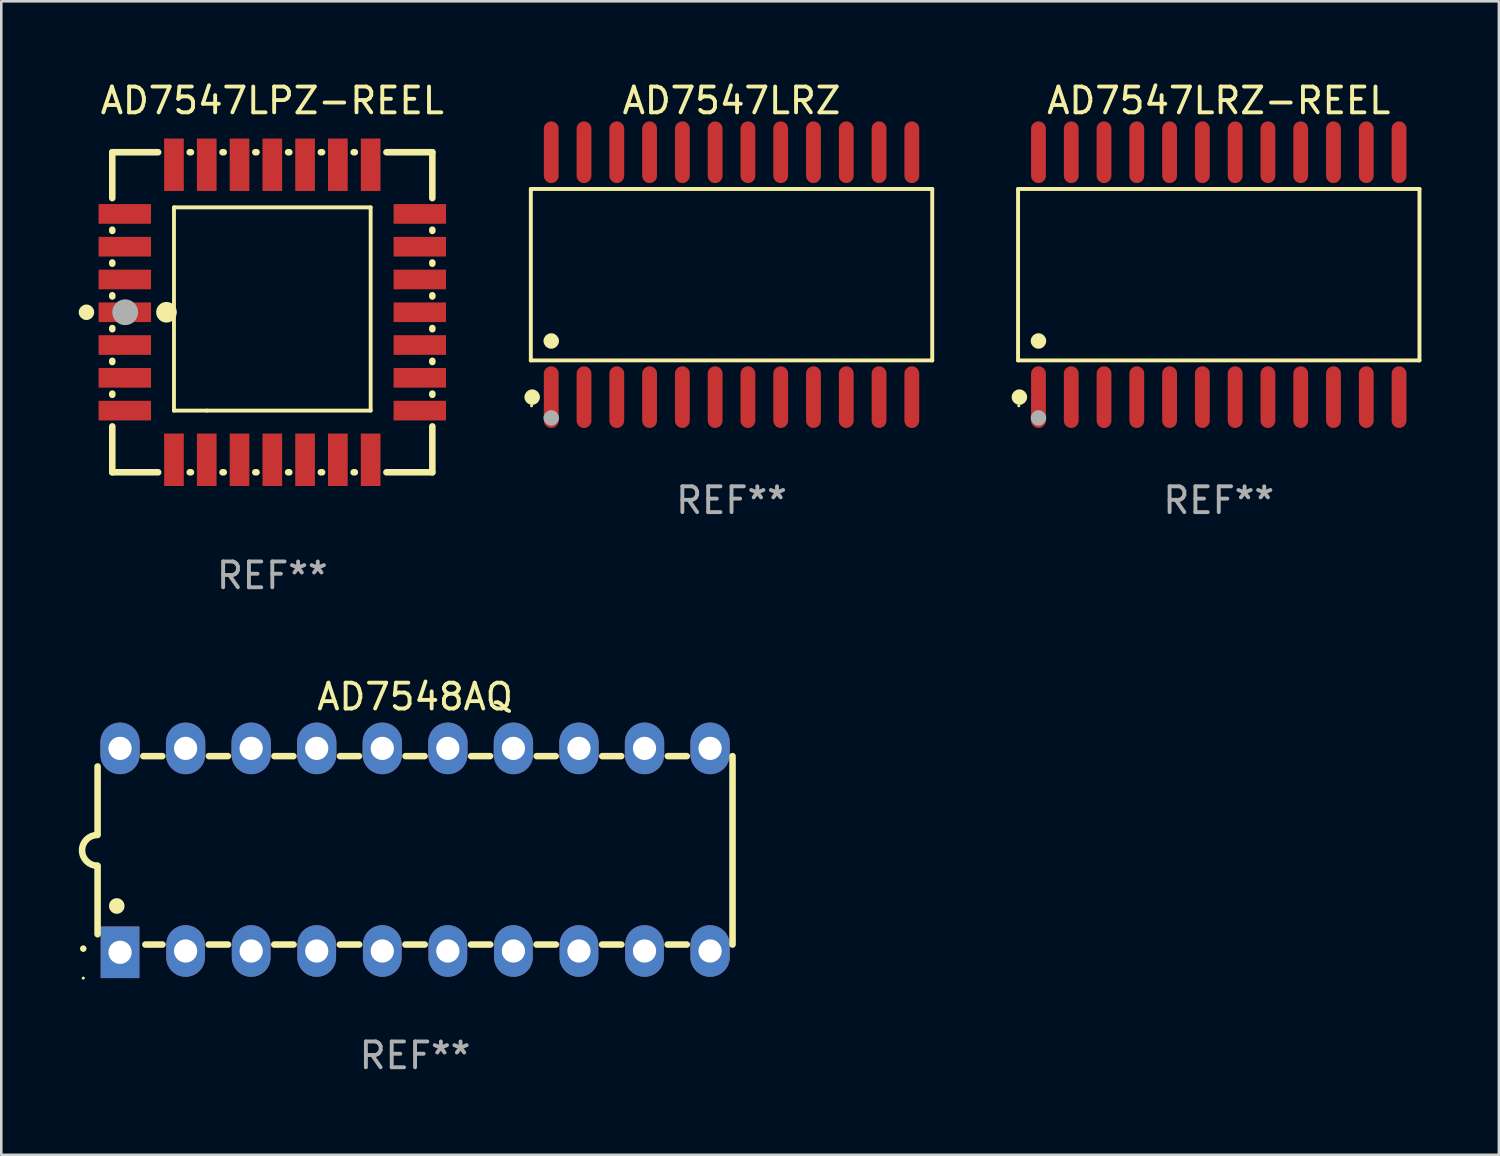
<source format=kicad_pcb>
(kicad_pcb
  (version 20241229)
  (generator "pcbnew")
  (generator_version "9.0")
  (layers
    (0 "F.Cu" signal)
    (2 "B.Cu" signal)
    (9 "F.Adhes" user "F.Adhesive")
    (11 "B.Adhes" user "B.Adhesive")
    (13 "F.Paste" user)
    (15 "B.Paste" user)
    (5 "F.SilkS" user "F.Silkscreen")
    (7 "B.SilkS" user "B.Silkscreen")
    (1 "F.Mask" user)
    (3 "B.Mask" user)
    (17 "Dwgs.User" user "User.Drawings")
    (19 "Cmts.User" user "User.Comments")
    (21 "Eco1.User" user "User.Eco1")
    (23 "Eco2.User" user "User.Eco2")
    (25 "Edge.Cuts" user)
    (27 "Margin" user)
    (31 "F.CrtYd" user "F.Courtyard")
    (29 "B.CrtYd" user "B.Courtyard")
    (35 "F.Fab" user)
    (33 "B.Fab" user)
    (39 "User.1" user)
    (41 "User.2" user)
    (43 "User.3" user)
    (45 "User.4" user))
  (footprint "AD7548AQ"
    (layer "F.Cu")
    (at 13.031 29.895)
    (property "Reference" "AD7548AQ" (at 0 -5.95 0) (layer "F.SilkS") (effects (font (size 1 1) (thickness 0.15))))
    (attr through_hole)
    (fp_line (start -12.3 -0.6) (end -12.3 -3.25) (stroke (width 0.254) (type solid)) (layer "F.SilkS"))
    (fp_line (start -12.3 3.25) (end -12.3 0.6) (stroke (width 0.254) (type solid)) (layer "F.SilkS"))
    (fp_line (start -10.527 -3.65) (end -9.793 -3.65) (stroke (width 0.254) (type solid)) (layer "F.SilkS"))
    (fp_line (start -10.449 3.65) (end -9.786 3.65) (stroke (width 0.254) (type solid)) (layer "F.SilkS"))
    (fp_line (start -7.994 3.65) (end -7.246 3.65) (stroke (width 0.254) (type solid)) (layer "F.SilkS"))
    (fp_line (start -7.987 -3.65) (end -7.253 -3.65) (stroke (width 0.254) (type solid)) (layer "F.SilkS"))
    (fp_line (start -5.454 3.65) (end -4.706 3.65) (stroke (width 0.254) (type solid)) (layer "F.SilkS"))
    (fp_line (start -5.447 -3.65) (end -4.713 -3.65) (stroke (width 0.254) (type solid)) (layer "F.SilkS"))
    (fp_line (start -2.914 3.65) (end -2.166 3.65) (stroke (width 0.254) (type solid)) (layer "F.SilkS"))
    (fp_line (start -2.907 -3.65) (end -2.173 -3.65) (stroke (width 0.254) (type solid)) (layer "F.SilkS"))
    (fp_line (start -0.374 3.65) (end 0.374 3.65) (stroke (width 0.254) (type solid)) (layer "F.SilkS"))
    (fp_line (start -0.367 -3.65) (end 0.367 -3.65) (stroke (width 0.254) (type solid)) (layer "F.SilkS"))
    (fp_line (start 2.166 3.65) (end 2.914 3.65) (stroke (width 0.254) (type solid)) (layer "F.SilkS"))
    (fp_line (start 2.173 -3.65) (end 2.907 -3.65) (stroke (width 0.254) (type solid)) (layer "F.SilkS"))
    (fp_line (start 4.706 3.65) (end 5.454 3.65) (stroke (width 0.254) (type solid)) (layer "F.SilkS"))
    (fp_line (start 4.713 -3.65) (end 5.447 -3.65) (stroke (width 0.254) (type solid)) (layer "F.SilkS"))
    (fp_line (start 7.246 3.65) (end 7.994 3.65) (stroke (width 0.254) (type solid)) (layer "F.SilkS"))
    (fp_line (start 7.253 -3.65) (end 7.987 -3.65) (stroke (width 0.254) (type solid)) (layer "F.SilkS"))
    (fp_line (start 9.786 3.65) (end 10.527 3.65) (stroke (width 0.254) (type solid)) (layer "F.SilkS"))
    (fp_line (start 9.793 -3.65) (end 10.527 -3.65) (stroke (width 0.254) (type solid)) (layer "F.SilkS"))
    (fp_line (start 12.3 -3.65) (end 12.3 3.65) (stroke (width 0.254) (type solid)) (layer "F.SilkS"))
    (fp_arc (start -12.854966 3.809881) (mid -12.854973 3.808611) (end -12.854966 3.807341) (stroke (width 0.25) (type solid)) (layer "F.SilkS"))
    (fp_arc (start -12.313894 0.594742) (mid -12.903982 -0.000152) (end -12.313894 -0.595046) (stroke (width 0.254001) (type solid)) (layer "F.SilkS"))
    (fp_arc (start -11.557023 2.158877) (mid -11.557034 2.156337) (end -11.557023 2.153797) (stroke (width 0.6) (type solid)) (layer "F.SilkS"))
    (fp_circle (center -12.855 4.95) (end -12.825 4.95) (stroke (width 0.06) (type solid)) (fill no) (layer "F.SilkS"))
    (fp_text user "REF**" (at 0 7.95 0) (layer "F.Fab") (effects (font (size 1 1) (thickness 0.15))))
    (pad "1" thru_hole rect (at -11.43 3.95 90) (size 2 1.5) (drill 0.9) (layers "*.Cu" "*.Mask"))
    (pad "2" thru_hole oval (at -8.89 3.9 90) (size 2 1.5) (drill 0.9) (layers "*.Cu" "*.Mask"))
    (pad "3" thru_hole oval (at -6.35 3.9 90) (size 2 1.5) (drill 0.9) (layers "*.Cu" "*.Mask"))
    (pad "4" thru_hole oval (at -3.81 3.9 90) (size 2 1.5) (drill 0.9) (layers "*.Cu" "*.Mask"))
    (pad "5" thru_hole oval (at -1.27 3.9 90) (size 2 1.5) (drill 0.9) (layers "*.Cu" "*.Mask"))
    (pad "6" thru_hole oval (at 1.27 3.9 90) (size 2 1.5) (drill 0.9) (layers "*.Cu" "*.Mask"))
    (pad "7" thru_hole oval (at 3.81 3.9 90) (size 2 1.5) (drill 0.9) (layers "*.Cu" "*.Mask"))
    (pad "8" thru_hole oval (at 6.35 3.9 90) (size 2 1.5) (drill 0.9) (layers "*.Cu" "*.Mask"))
    (pad "9" thru_hole oval (at 8.89 3.9 90) (size 2 1.5) (drill 0.9) (layers "*.Cu" "*.Mask"))
    (pad "10" thru_hole oval (at 11.43 3.9 90) (size 2 1.524) (drill 0.9) (layers "*.Cu" "*.Mask"))
    (pad "11" thru_hole oval (at 11.43 -3.95 90) (size 2 1.524) (drill 0.9) (layers "*.Cu" "*.Mask"))
    (pad "12" thru_hole oval (at 8.89 -3.95 90) (size 2 1.524) (drill 0.9) (layers "*.Cu" "*.Mask"))
    (pad "13" thru_hole oval (at 6.35 -3.95 90) (size 2 1.524) (drill 0.9) (layers "*.Cu" "*.Mask"))
    (pad "14" thru_hole oval (at 3.81 -3.95 90) (size 2 1.524) (drill 0.9) (layers "*.Cu" "*.Mask"))
    (pad "15" thru_hole oval (at 1.27 -3.95 90) (size 2 1.524) (drill 0.9) (layers "*.Cu" "*.Mask"))
    (pad "16" thru_hole oval (at -1.27 -3.95 90) (size 2 1.524) (drill 0.9) (layers "*.Cu" "*.Mask"))
    (pad "17" thru_hole oval (at -3.81 -3.95 90) (size 2 1.524) (drill 0.9) (layers "*.Cu" "*.Mask"))
    (pad "18" thru_hole oval (at -6.35 -3.95 90) (size 2 1.524) (drill 0.9) (layers "*.Cu" "*.Mask"))
    (pad "19" thru_hole oval (at -8.89 -3.95 90) (size 2 1.524) (drill 0.9) (layers "*.Cu" "*.Mask"))
    (pad "20" thru_hole oval (at -11.43 -3.95 90) (size 2 1.524) (drill 0.9) (layers "*.Cu" "*.Mask")))
  (footprint "AD7547LRZ"
    (layer "F.Cu")
    (at 25.292 7.592)
    (property "Reference" "AD7547LRZ" (at 0 -6.744 0) (layer "F.SilkS") (effects (font (size 1 1) (thickness 0.15))))
    (attr through_hole)
    (fp_line (start -7.776 -3.321) (end 7.776 -3.321) (stroke (width 0.152) (type solid)) (layer "F.SilkS"))
    (fp_line (start -7.776 3.321) (end -7.776 -3.321) (stroke (width 0.152) (type solid)) (layer "F.SilkS"))
    (fp_line (start 7.776 -3.321) (end 7.776 3.321) (stroke (width 0.152) (type solid)) (layer "F.SilkS"))
    (fp_line (start 7.776 3.321) (end -7.776 3.321) (stroke (width 0.152) (type solid)) (layer "F.SilkS"))
    (fp_circle (center -7.747 5.08) (end -7.717 5.08) (stroke (width 0.06) (type solid)) (fill no) (layer "F.SilkS"))
    (fp_circle (center -7.724 4.744) (end -7.574 4.744) (stroke (width 0.3) (type solid)) (fill no) (layer "F.SilkS"))
    (fp_circle (center -6.985 2.569) (end -6.835 2.569) (stroke (width 0.3) (type solid)) (fill no) (layer "F.SilkS"))
    (fp_circle (center -6.985 5.55) (end -6.835 5.55) (stroke (width 0.3) (type solid)) (fill no) (layer "F.Fab"))
    (fp_text user "REF**" (at 0 8.744 0) (layer "F.Fab") (effects (font (size 1 1) (thickness 0.15))))
    (pad "1" smd oval (at -6.985 4.744) (size 0.574 2.388) (layers "F.Cu" "F.Mask" "F.Paste"))
    (pad "2" smd oval (at -5.715 4.744) (size 0.574 2.388) (layers "F.Cu" "F.Mask" "F.Paste"))
    (pad "3" smd oval (at -4.445 4.744) (size 0.574 2.388) (layers "F.Cu" "F.Mask" "F.Paste"))
    (pad "4" smd oval (at -3.175 4.744) (size 0.574 2.388) (layers "F.Cu" "F.Mask" "F.Paste"))
    (pad "5" smd oval (at -1.905 4.744) (size 0.574 2.388) (layers "F.Cu" "F.Mask" "F.Paste"))
    (pad "6" smd oval (at -0.635 4.744) (size 0.574 2.388) (layers "F.Cu" "F.Mask" "F.Paste"))
    (pad "7" smd oval (at 0.635 4.744) (size 0.574 2.388) (layers "F.Cu" "F.Mask" "F.Paste"))
    (pad "8" smd oval (at 1.905 4.744) (size 0.574 2.388) (layers "F.Cu" "F.Mask" "F.Paste"))
    (pad "9" smd oval (at 3.175 4.744) (size 0.574 2.388) (layers "F.Cu" "F.Mask" "F.Paste"))
    (pad "10" smd oval (at 4.445 4.744) (size 0.574 2.388) (layers "F.Cu" "F.Mask" "F.Paste"))
    (pad "11" smd oval (at 5.715 4.744) (size 0.574 2.388) (layers "F.Cu" "F.Mask" "F.Paste"))
    (pad "12" smd oval (at 6.985 4.744) (size 0.574 2.388) (layers "F.Cu" "F.Mask" "F.Paste"))
    (pad "13" smd oval (at 6.985 -4.744) (size 0.574 2.388) (layers "F.Cu" "F.Mask" "F.Paste"))
    (pad "14" smd oval (at 5.715 -4.744) (size 0.574 2.388) (layers "F.Cu" "F.Mask" "F.Paste"))
    (pad "15" smd oval (at 4.445 -4.744) (size 0.574 2.388) (layers "F.Cu" "F.Mask" "F.Paste"))
    (pad "16" smd oval (at 3.175 -4.744) (size 0.574 2.388) (layers "F.Cu" "F.Mask" "F.Paste"))
    (pad "17" smd oval (at 1.905 -4.744) (size 0.574 2.388) (layers "F.Cu" "F.Mask" "F.Paste"))
    (pad "18" smd oval (at 0.635 -4.744) (size 0.574 2.388) (layers "F.Cu" "F.Mask" "F.Paste"))
    (pad "19" smd oval (at -0.635 -4.744) (size 0.574 2.388) (layers "F.Cu" "F.Mask" "F.Paste"))
    (pad "20" smd oval (at -1.905 -4.744) (size 0.574 2.388) (layers "F.Cu" "F.Mask" "F.Paste"))
    (pad "21" smd oval (at -3.175 -4.744) (size 0.574 2.388) (layers "F.Cu" "F.Mask" "F.Paste"))
    (pad "22" smd oval (at -4.445 -4.744) (size 0.574 2.388) (layers "F.Cu" "F.Mask" "F.Paste"))
    (pad "23" smd oval (at -5.715 -4.744) (size 0.574 2.388) (layers "F.Cu" "F.Mask" "F.Paste"))
    (pad "24" smd oval (at -6.985 -4.744) (size 0.574 2.388) (layers "F.Cu" "F.Mask" "F.Paste")))
  (footprint "AD7547LRZ-REEL"
    (layer "F.Cu")
    (at 44.169 7.592)
    (property "Reference" "AD7547LRZ-REEL" (at 0 -6.744 0) (layer "F.SilkS") (effects (font (size 1 1) (thickness 0.15))))
    (attr through_hole)
    (fp_line (start -7.776 -3.321) (end 7.776 -3.321) (stroke (width 0.152) (type solid)) (layer "F.SilkS"))
    (fp_line (start -7.776 3.321) (end -7.776 -3.321) (stroke (width 0.152) (type solid)) (layer "F.SilkS"))
    (fp_line (start 7.776 -3.321) (end 7.776 3.321) (stroke (width 0.152) (type solid)) (layer "F.SilkS"))
    (fp_line (start 7.776 3.321) (end -7.776 3.321) (stroke (width 0.152) (type solid)) (layer "F.SilkS"))
    (fp_circle (center -7.747 5.08) (end -7.717 5.08) (stroke (width 0.06) (type solid)) (fill no) (layer "F.SilkS"))
    (fp_circle (center -7.724 4.744) (end -7.574 4.744) (stroke (width 0.3) (type solid)) (fill no) (layer "F.SilkS"))
    (fp_circle (center -6.985 2.569) (end -6.835 2.569) (stroke (width 0.3) (type solid)) (fill no) (layer "F.SilkS"))
    (fp_circle (center -6.985 5.55) (end -6.835 5.55) (stroke (width 0.3) (type solid)) (fill no) (layer "F.Fab"))
    (fp_text user "REF**" (at 0 8.744 0) (layer "F.Fab") (effects (font (size 1 1) (thickness 0.15))))
    (pad "1" smd oval (at -6.985 4.744) (size 0.574 2.388) (layers "F.Cu" "F.Mask" "F.Paste"))
    (pad "2" smd oval (at -5.715 4.744) (size 0.574 2.388) (layers "F.Cu" "F.Mask" "F.Paste"))
    (pad "3" smd oval (at -4.445 4.744) (size 0.574 2.388) (layers "F.Cu" "F.Mask" "F.Paste"))
    (pad "4" smd oval (at -3.175 4.744) (size 0.574 2.388) (layers "F.Cu" "F.Mask" "F.Paste"))
    (pad "5" smd oval (at -1.905 4.744) (size 0.574 2.388) (layers "F.Cu" "F.Mask" "F.Paste"))
    (pad "6" smd oval (at -0.635 4.744) (size 0.574 2.388) (layers "F.Cu" "F.Mask" "F.Paste"))
    (pad "7" smd oval (at 0.635 4.744) (size 0.574 2.388) (layers "F.Cu" "F.Mask" "F.Paste"))
    (pad "8" smd oval (at 1.905 4.744) (size 0.574 2.388) (layers "F.Cu" "F.Mask" "F.Paste"))
    (pad "9" smd oval (at 3.175 4.744) (size 0.574 2.388) (layers "F.Cu" "F.Mask" "F.Paste"))
    (pad "10" smd oval (at 4.445 4.744) (size 0.574 2.388) (layers "F.Cu" "F.Mask" "F.Paste"))
    (pad "11" smd oval (at 5.715 4.744) (size 0.574 2.388) (layers "F.Cu" "F.Mask" "F.Paste"))
    (pad "12" smd oval (at 6.985 4.744) (size 0.574 2.388) (layers "F.Cu" "F.Mask" "F.Paste"))
    (pad "13" smd oval (at 6.985 -4.744) (size 0.574 2.388) (layers "F.Cu" "F.Mask" "F.Paste"))
    (pad "14" smd oval (at 5.715 -4.744) (size 0.574 2.388) (layers "F.Cu" "F.Mask" "F.Paste"))
    (pad "15" smd oval (at 4.445 -4.744) (size 0.574 2.388) (layers "F.Cu" "F.Mask" "F.Paste"))
    (pad "16" smd oval (at 3.175 -4.744) (size 0.574 2.388) (layers "F.Cu" "F.Mask" "F.Paste"))
    (pad "17" smd oval (at 1.905 -4.744) (size 0.574 2.388) (layers "F.Cu" "F.Mask" "F.Paste"))
    (pad "18" smd oval (at 0.635 -4.744) (size 0.574 2.388) (layers "F.Cu" "F.Mask" "F.Paste"))
    (pad "19" smd oval (at -0.635 -4.744) (size 0.574 2.388) (layers "F.Cu" "F.Mask" "F.Paste"))
    (pad "20" smd oval (at -1.905 -4.744) (size 0.574 2.388) (layers "F.Cu" "F.Mask" "F.Paste"))
    (pad "21" smd oval (at -3.175 -4.744) (size 0.574 2.388) (layers "F.Cu" "F.Mask" "F.Paste"))
    (pad "22" smd oval (at -4.445 -4.744) (size 0.574 2.388) (layers "F.Cu" "F.Mask" "F.Paste"))
    (pad "23" smd oval (at -5.715 -4.744) (size 0.574 2.388) (layers "F.Cu" "F.Mask" "F.Paste"))
    (pad "24" smd oval (at -6.985 -4.744) (size 0.574 2.388) (layers "F.Cu" "F.Mask" "F.Paste")))
  (footprint "AD7547LPZ-REEL"
    (layer "F.Cu")
    (at 7.5 9.048)
    (property "Reference" "AD7547LPZ-REEL" (at 0 -8.2 0) (layer "F.SilkS") (effects (font (size 1 1) (thickness 0.15))))
    (attr through_hole)
    (fp_line (start -6.2 -6.2) (end -4.422 -6.2) (stroke (width 0.254) (type solid)) (layer "F.SilkS"))
    (fp_line (start -6.2 -4.422) (end -6.2 -6.2) (stroke (width 0.254) (type solid)) (layer "F.SilkS"))
    (fp_line (start -6.2 -3.152) (end -6.2 -3.198) (stroke (width 0.254) (type solid)) (layer "F.SilkS"))
    (fp_line (start -6.2 -1.882) (end -6.2 -1.928) (stroke (width 0.254) (type solid)) (layer "F.SilkS"))
    (fp_line (start -6.2 -0.612) (end -6.2 -0.658) (stroke (width 0.254) (type solid)) (layer "F.SilkS"))
    (fp_line (start -6.2 0.658) (end -6.2 0.612) (stroke (width 0.254) (type solid)) (layer "F.SilkS"))
    (fp_line (start -6.2 1.928) (end -6.2 1.882) (stroke (width 0.254) (type solid)) (layer "F.SilkS"))
    (fp_line (start -6.2 3.198) (end -6.2 3.152) (stroke (width 0.254) (type solid)) (layer "F.SilkS"))
    (fp_line (start -6.2 6.2) (end -6.2 4.422) (stroke (width 0.254) (type solid)) (layer "F.SilkS"))
    (fp_line (start -4.422 6.2) (end -6.2 6.2) (stroke (width 0.254) (type solid)) (layer "F.SilkS"))
    (fp_line (start -3.81 -4.064) (end 3.81 -4.064) (stroke (width 0.15) (type solid)) (layer "F.SilkS"))
    (fp_line (start -3.81 3.81) (end -3.81 -4.064) (stroke (width 0.15) (type solid)) (layer "F.SilkS"))
    (fp_line (start -3.198 -6.2) (end -3.152 -6.2) (stroke (width 0.254) (type solid)) (layer "F.SilkS"))
    (fp_line (start -3.152 6.2) (end -3.198 6.2) (stroke (width 0.254) (type solid)) (layer "F.SilkS"))
    (fp_line (start -2.54 3.81) (end -3.81 3.81) (stroke (width 0.15) (type solid)) (layer "F.SilkS"))
    (fp_line (start -1.928 -6.2) (end -1.882 -6.2) (stroke (width 0.254) (type solid)) (layer "F.SilkS"))
    (fp_line (start -1.882 6.2) (end -1.928 6.2) (stroke (width 0.254) (type solid)) (layer "F.SilkS"))
    (fp_line (start -0.658 -6.2) (end -0.612 -6.2) (stroke (width 0.254) (type solid)) (layer "F.SilkS"))
    (fp_line (start -0.612 6.2) (end -0.658 6.2) (stroke (width 0.254) (type solid)) (layer "F.SilkS"))
    (fp_line (start 0.612 -6.2) (end 0.658 -6.2) (stroke (width 0.254) (type solid)) (layer "F.SilkS"))
    (fp_line (start 0.658 6.2) (end 0.612 6.2) (stroke (width 0.254) (type solid)) (layer "F.SilkS"))
    (fp_line (start 1.882 -6.2) (end 1.928 -6.2) (stroke (width 0.254) (type solid)) (layer "F.SilkS"))
    (fp_line (start 1.928 6.2) (end 1.882 6.2) (stroke (width 0.254) (type solid)) (layer "F.SilkS"))
    (fp_line (start 3.152 -6.2) (end 3.198 -6.2) (stroke (width 0.254) (type solid)) (layer "F.SilkS"))
    (fp_line (start 3.198 6.2) (end 3.152 6.2) (stroke (width 0.254) (type solid)) (layer "F.SilkS"))
    (fp_line (start 3.81 -4.064) (end 3.81 3.81) (stroke (width 0.15) (type solid)) (layer "F.SilkS"))
    (fp_line (start 3.81 3.81) (end -2.54 3.81) (stroke (width 0.15) (type solid)) (layer "F.SilkS"))
    (fp_line (start 4.422 -6.2) (end 6.2 -6.2) (stroke (width 0.254) (type solid)) (layer "F.SilkS"))
    (fp_line (start 6.2 -6.2) (end 6.2 -4.422) (stroke (width 0.254) (type solid)) (layer "F.SilkS"))
    (fp_line (start 6.2 -3.198) (end 6.2 -3.152) (stroke (width 0.254) (type solid)) (layer "F.SilkS"))
    (fp_line (start 6.2 -1.928) (end 6.2 -1.882) (stroke (width 0.254) (type solid)) (layer "F.SilkS"))
    (fp_line (start 6.2 -0.658) (end 6.2 -0.612) (stroke (width 0.254) (type solid)) (layer "F.SilkS"))
    (fp_line (start 6.2 0.612) (end 6.2 0.658) (stroke (width 0.254) (type solid)) (layer "F.SilkS"))
    (fp_line (start 6.2 1.882) (end 6.2 1.928) (stroke (width 0.254) (type solid)) (layer "F.SilkS"))
    (fp_line (start 6.2 3.152) (end 6.2 3.198) (stroke (width 0.254) (type solid)) (layer "F.SilkS"))
    (fp_line (start 6.2 4.422) (end 6.2 6.2) (stroke (width 0.254) (type solid)) (layer "F.SilkS"))
    (fp_line (start 6.2 6.2) (end 4.422 6.2) (stroke (width 0.254) (type solid)) (layer "F.SilkS"))
    (fp_circle (center -7.2 0) (end -7.05 0) (stroke (width 0.3) (type solid)) (fill no) (layer "F.SilkS"))
    (fp_circle (center -6.223 6.223) (end -6.193 6.223) (stroke (width 0.06) (type solid)) (fill no) (layer "F.SilkS"))
    (fp_circle (center -4.1 0) (end -3.9 0) (stroke (width 0.4) (type solid)) (fill no) (layer "F.SilkS"))
    (fp_circle (center -5.7 0) (end -5.45 0) (stroke (width 0.5) (type solid)) (fill no) (layer "F.Fab"))
    (fp_text user "REF**" (at 0 10.2 0) (layer "F.Fab") (effects (font (size 1 1) (thickness 0.15))))
    (pad "1" smd rect (at -5.715 0) (size 2.032 0.762) (layers "F.Cu" "F.Mask" "F.Paste"))
    (pad "2" smd rect (at -5.715 1.27) (size 2.032 0.762) (layers "F.Cu" "F.Mask" "F.Paste"))
    (pad "3" smd rect (at -5.715 2.54) (size 2.032 0.762) (layers "F.Cu" "F.Mask" "F.Paste"))
    (pad "4" smd rect (at -5.715 3.81) (size 2.032 0.762) (layers "F.Cu" "F.Mask" "F.Paste"))
    (pad "5" smd rect (at -3.81 5.715) (size 0.762 2.032) (layers "F.Cu" "F.Mask" "F.Paste"))
    (pad "6" smd rect (at -2.54 5.715) (size 0.762 2.032) (layers "F.Cu" "F.Mask" "F.Paste"))
    (pad "7" smd rect (at -1.27 5.715) (size 0.762 2.032) (layers "F.Cu" "F.Mask" "F.Paste"))
    (pad "8" smd rect (at 0 5.715) (size 0.762 2.032) (layers "F.Cu" "F.Mask" "F.Paste"))
    (pad "9" smd rect (at 1.27 5.715) (size 0.762 2.032) (layers "F.Cu" "F.Mask" "F.Paste"))
    (pad "10" smd rect (at 2.54 5.715) (size 0.762 2.032) (layers "F.Cu" "F.Mask" "F.Paste"))
    (pad "11" smd rect (at 3.81 5.715) (size 0.762 2.032) (layers "F.Cu" "F.Mask" "F.Paste"))
    (pad "12" smd rect (at 5.715 3.81) (size 2.032 0.762) (layers "F.Cu" "F.Mask" "F.Paste"))
    (pad "13" smd rect (at 5.715 2.54) (size 2.032 0.762) (layers "F.Cu" "F.Mask" "F.Paste"))
    (pad "14" smd rect (at 5.715 1.27) (size 2.032 0.762) (layers "F.Cu" "F.Mask" "F.Paste"))
    (pad "15" smd rect (at 5.715 0) (size 2.032 0.762) (layers "F.Cu" "F.Mask" "F.Paste"))
    (pad "16" smd rect (at 5.715 -1.27) (size 2.032 0.762) (layers "F.Cu" "F.Mask" "F.Paste"))
    (pad "17" smd rect (at 5.715 -2.54) (size 2.032 0.762) (layers "F.Cu" "F.Mask" "F.Paste"))
    (pad "18" smd rect (at 5.715 -3.81) (size 2.032 0.762) (layers "F.Cu" "F.Mask" "F.Paste"))
    (pad "19" smd rect (at 3.81 -5.715) (size 0.762 2.032) (layers "F.Cu" "F.Mask" "F.Paste"))
    (pad "20" smd rect (at 2.54 -5.715) (size 0.762 2.032) (layers "F.Cu" "F.Mask" "F.Paste"))
    (pad "21" smd rect (at 1.27 -5.715) (size 0.762 2.032) (layers "F.Cu" "F.Mask" "F.Paste"))
    (pad "22" smd rect (at 0 -5.715) (size 0.762 2.032) (layers "F.Cu" "F.Mask" "F.Paste"))
    (pad "23" smd rect (at -1.27 -5.715) (size 0.762 2.032) (layers "F.Cu" "F.Mask" "F.Paste"))
    (pad "24" smd rect (at -2.54 -5.715) (size 0.762 2.032) (layers "F.Cu" "F.Mask" "F.Paste"))
    (pad "25" smd rect (at -3.81 -5.715) (size 0.762 2.032) (layers "F.Cu" "F.Mask" "F.Paste"))
    (pad "26" smd rect (at -5.715 -3.81) (size 2.032 0.762) (layers "F.Cu" "F.Mask" "F.Paste"))
    (pad "27" smd rect (at -5.715 -2.54) (size 2.032 0.762) (layers "F.Cu" "F.Mask" "F.Paste"))
    (pad "28" smd rect (at -5.715 -1.27) (size 2.032 0.762) (layers "F.Cu" "F.Mask" "F.Paste")))
  (gr_rect
    (start -3 -3)
    (end 55.022 41.693)
    (stroke (width 0.1) (type default))
    (fill no)
    (layer "Edge.Cuts")))
</source>
